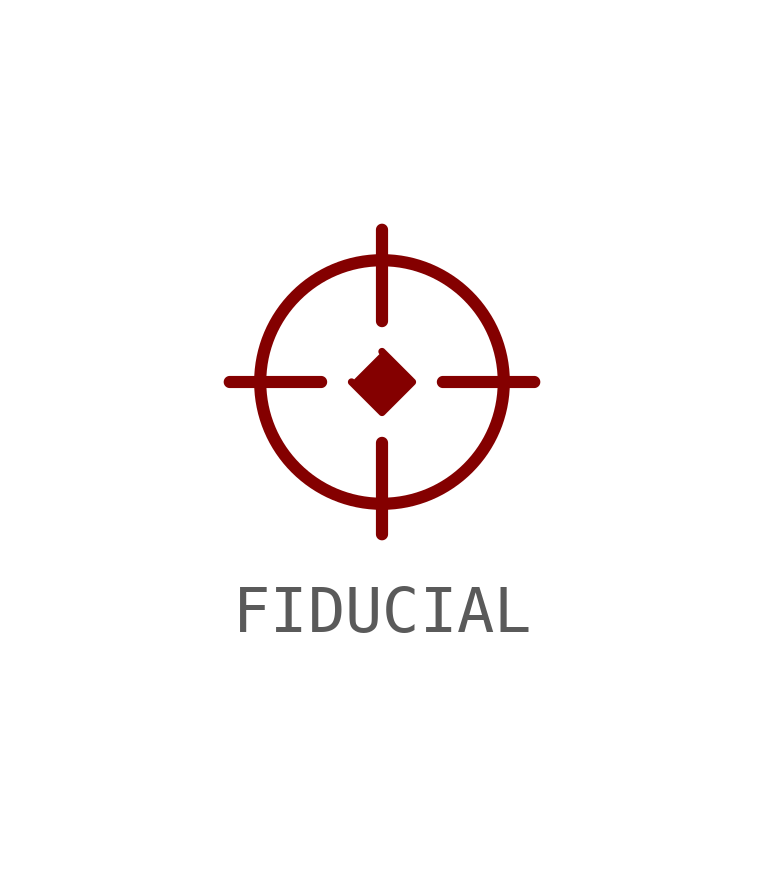
<source format=kicad_sym>
(kicad_symbol_lib
  (version 20211014)
  (generator kicad_symbol_editor)
  (symbol "FIDUCIAL"
    (property "Reference" "FM"
      (at 0 0 0)
      (effects (font (size 1.27 1.27)) hide))
    (property "ki_locked" ""
      (at 0 0 0)
      (effects (font (size 1.27 1.27))))
    (symbol "FIDUCIAL_1_0"
      (polyline (pts (xy -1.27 0) (xy -3.175 0)) (stroke (width 0.254) (type default) (color 0 0 0 0)) (fill (type none)))
      (polyline (pts (xy 0 -1.27) (xy 0 -3.175)) (stroke (width 0.254) (type default) (color 0 0 0 0)) (fill (type none)))
      (polyline (pts (xy 0 1.27) (xy 0 3.175)) (stroke (width 0.254) (type default) (color 0 0 0 0)) (fill (type none)))
      (polyline (pts (xy 1.27 0) (xy 3.175 0)) (stroke (width 0.254) (type default) (color 0 0 0 0)) (fill (type none)))
      (polyline (pts (xy 0 0.635) (xy 0.635 0) (xy 0 -0.635) (xy -0.635 0)) (stroke (width 0) (type default) (color 0 0 0 0)) (fill (type outline)))
      (circle (center 0 0) (radius 2.54) (stroke (width 0.254) (type default) (color 0 0 0 0)) (fill (type none))))))
</source>
